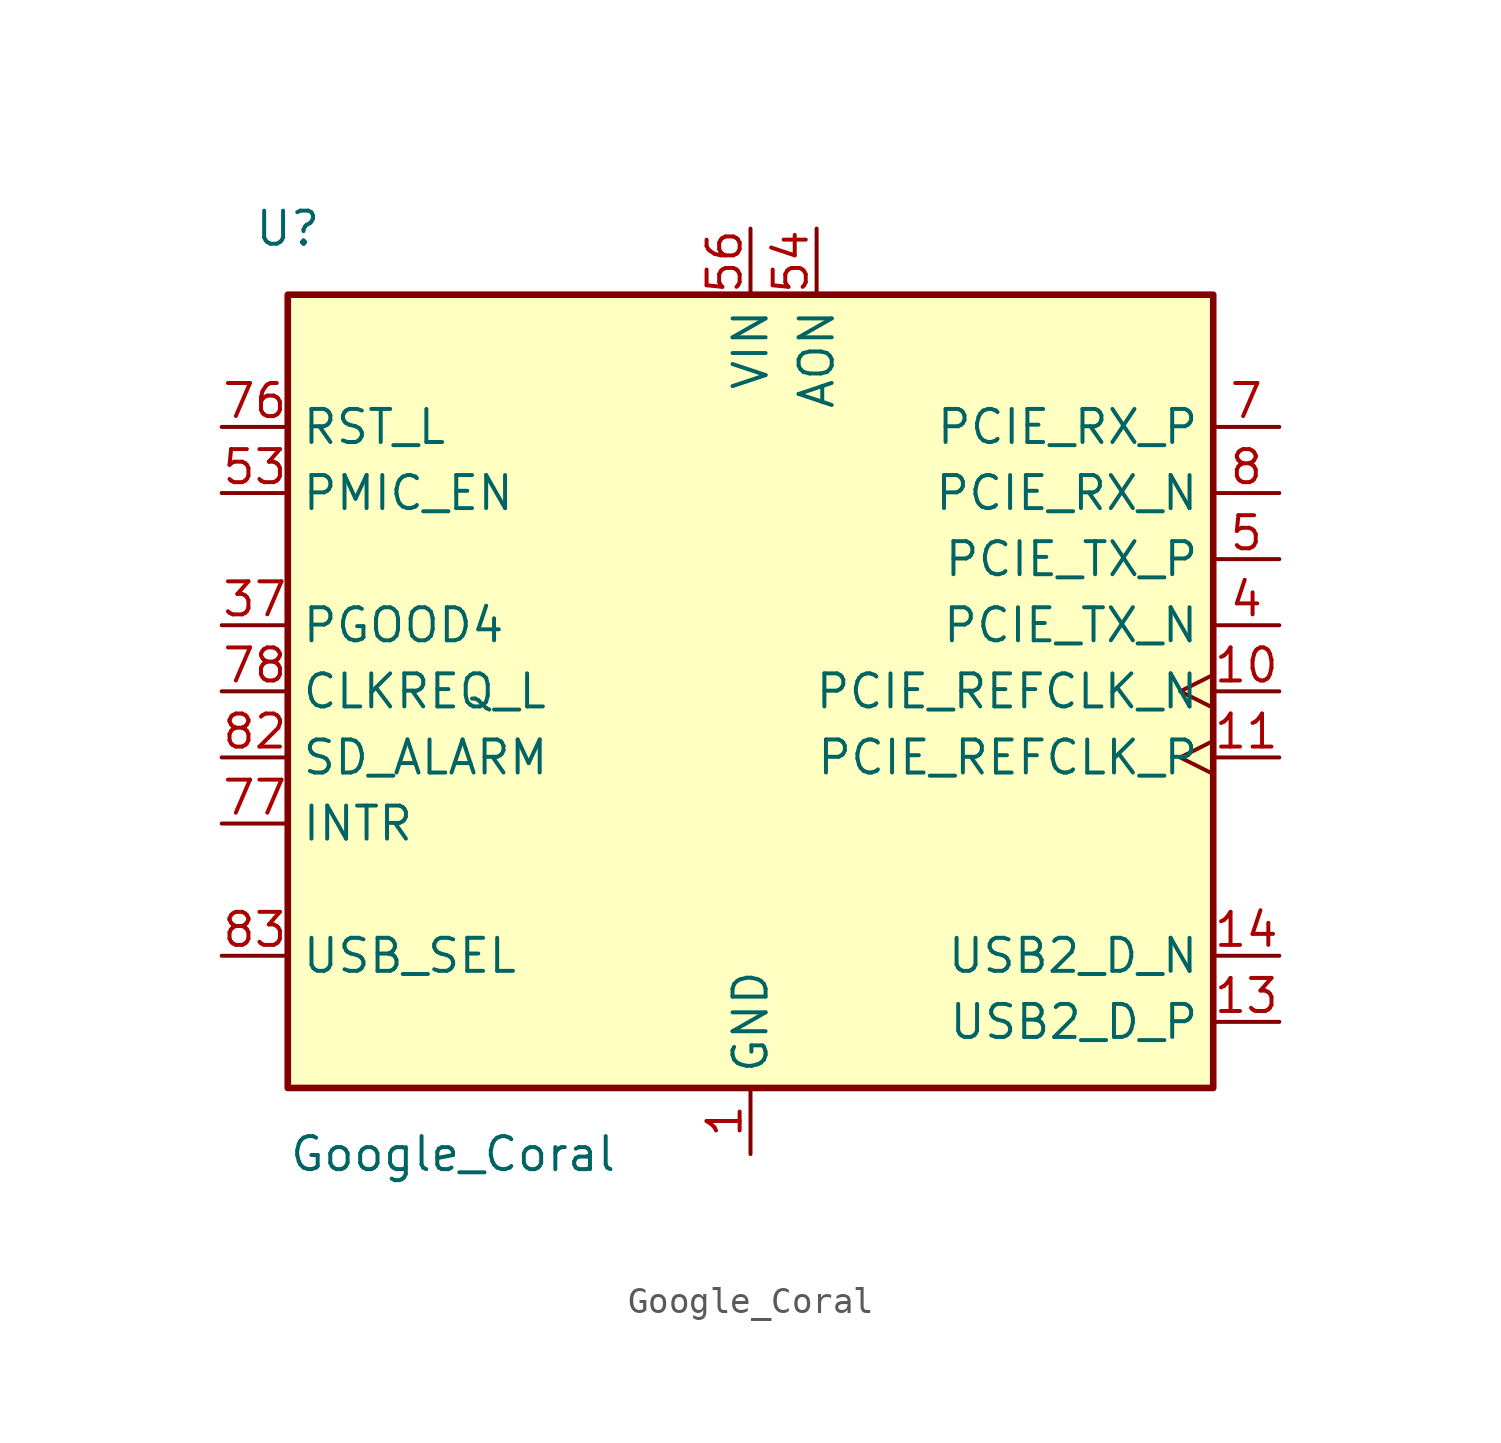
<source format=kicad_sym>
(kicad_symbol_lib
  (version 20231120)
  (generator "kicad_symbol_editor")
  (generator_version "8.0")
  (symbol "Google_Coral"
    (property "Reference" "U"
      (at -17.78 17.78 0)
      (effects (font (size 1.27 1.27))))
    (property "Value" "Google_Coral"
      (at -11.43 -17.78 0)
      (effects (font (size 1.27 1.27))))
    (symbol "Google_Coral_0_0"
      (rectangle (start -17.78 15.24) (end 17.78 -15.24) (stroke (width 0.254) (type default)) (fill (type background)))
      (pin power_in line (at 0 -17.78 90) (length 2.54) (name "GND" (effects (font (size 1.27 1.27)))) (number "1" (effects (font (size 1.27 1.27)))))
      (pin input clock (at 20.32 0 180) (length 2.54) (name "PCIE_REFCLK_N" (effects (font (size 1.27 1.27)))) (number "10" (effects (font (size 1.27 1.27)))))
      (pin input clock (at 20.32 -2.54 180) (length 2.54) (name "PCIE_REFCLK_P" (effects (font (size 1.27 1.27)))) (number "11" (effects (font (size 1.27 1.27)))))
      (pin bidirectional line (at 20.32 -12.7 180) (length 2.54) (name "USB2_D_P" (effects (font (size 1.27 1.27)))) (number "13" (effects (font (size 1.27 1.27)))))
      (pin bidirectional line (at 20.32 -10.16 180) (length 2.54) (name "USB2_D_N" (effects (font (size 1.27 1.27)))) (number "14" (effects (font (size 1.27 1.27)))))
      (pin output line (at -20.32 2.54 0) (length 2.54) (name "PGOOD4" (effects (font (size 1.27 1.27)))) (number "37" (effects (font (size 1.27 1.27)))))
      (pin input line (at -20.32 7.62 0) (length 2.54) (name "PMIC_EN" (effects (font (size 1.27 1.27)))) (number "53" (effects (font (size 1.27 1.27)))))
      (pin power_in line (at 2.54 17.78 270) (length 2.54) (name "AON" (effects (font (size 1.27 1.27)))) (number "54" (effects (font (size 1.27 1.27)))))
      (pin power_in line (at 0 17.78 270) (length 2.54) (name "VIN" (effects (font (size 1.27 1.27)))) (number "56" (effects (font (size 1.27 1.27)))))
      (pin input line (at -20.32 10.16 0) (length 2.54) (name "RST_L" (effects (font (size 1.27 1.27)))) (number "76" (effects (font (size 1.27 1.27)))))
      (pin output line (at -20.32 -5.08 0) (length 2.54) (name "INTR" (effects (font (size 1.27 1.27)))) (number "77" (effects (font (size 1.27 1.27)))))
      (pin bidirectional line (at -20.32 0 0) (length 2.54) (name "CLKREQ_L" (effects (font (size 1.27 1.27)))) (number "78" (effects (font (size 1.27 1.27)))))
      (pin output line (at -20.32 -2.54 0) (length 2.54) (name "SD_ALARM" (effects (font (size 1.27 1.27)))) (number "82" (effects (font (size 1.27 1.27)))))
      (pin input line (at -20.32 -10.16 0) (length 2.54) (name "USB_SEL" (effects (font (size 1.27 1.27)))) (number "83" (effects (font (size 1.27 1.27))))))
    (symbol "Google_Coral_1_0"
      (pin passive line (at 0 -17.78 90) (length 2.54) hide (name "GND" (effects (font (size 1.27 1.27)))) (number "100" (effects (font (size 1.27 1.27)))))
      (pin passive line (at 0 -17.78 90) (length 2.54) hide (name "GND" (effects (font (size 1.27 1.27)))) (number "101" (effects (font (size 1.27 1.27)))))
      (pin passive line (at 0 -17.78 90) (length 2.54) hide (name "GND" (effects (font (size 1.27 1.27)))) (number "102" (effects (font (size 1.27 1.27)))))
      (pin passive line (at 0 -17.78 90) (length 2.54) hide (name "GND" (effects (font (size 1.27 1.27)))) (number "103" (effects (font (size 1.27 1.27)))))
      (pin passive line (at 0 -17.78 90) (length 2.54) hide (name "GND" (effects (font (size 1.27 1.27)))) (number "104" (effects (font (size 1.27 1.27)))))
      (pin passive line (at 0 -17.78 90) (length 2.54) hide (name "GND" (effects (font (size 1.27 1.27)))) (number "105" (effects (font (size 1.27 1.27)))))
      (pin passive line (at 0 -17.78 90) (length 2.54) hide (name "GND" (effects (font (size 1.27 1.27)))) (number "106" (effects (font (size 1.27 1.27)))))
      (pin passive line (at 0 -17.78 90) (length 2.54) hide (name "GND" (effects (font (size 1.27 1.27)))) (number "107" (effects (font (size 1.27 1.27)))))
      (pin passive line (at 0 -17.78 90) (length 2.54) hide (name "GND" (effects (font (size 1.27 1.27)))) (number "108" (effects (font (size 1.27 1.27)))))
      (pin passive line (at 0 -17.78 90) (length 2.54) hide (name "GND" (effects (font (size 1.27 1.27)))) (number "109" (effects (font (size 1.27 1.27)))))
      (pin passive line (at 0 -17.78 90) (length 2.54) hide (name "GND" (effects (font (size 1.27 1.27)))) (number "110" (effects (font (size 1.27 1.27)))))
      (pin passive line (at 0 -17.78 90) (length 2.54) hide (name "GND" (effects (font (size 1.27 1.27)))) (number "111" (effects (font (size 1.27 1.27)))))
      (pin passive line (at 0 -17.78 90) (length 2.54) hide (name "GND" (effects (font (size 1.27 1.27)))) (number "112" (effects (font (size 1.27 1.27)))))
      (pin passive line (at 0 -17.78 90) (length 2.54) hide (name "GND" (effects (font (size 1.27 1.27)))) (number "113" (effects (font (size 1.27 1.27)))))
      (pin passive line (at 0 -17.78 90) (length 2.54) hide (name "GND" (effects (font (size 1.27 1.27)))) (number "114" (effects (font (size 1.27 1.27)))))
      (pin passive line (at 0 -17.78 90) (length 2.54) hide (name "GND" (effects (font (size 1.27 1.27)))) (number "115" (effects (font (size 1.27 1.27)))))
      (pin passive line (at 0 -17.78 90) (length 2.54) hide (name "GND" (effects (font (size 1.27 1.27)))) (number "116" (effects (font (size 1.27 1.27)))))
      (pin passive line (at 0 -17.78 90) (length 2.54) hide (name "GND" (effects (font (size 1.27 1.27)))) (number "117" (effects (font (size 1.27 1.27)))))
      (pin passive line (at 0 -17.78 90) (length 2.54) hide (name "GND" (effects (font (size 1.27 1.27)))) (number "118" (effects (font (size 1.27 1.27)))))
      (pin passive line (at 0 -17.78 90) (length 2.54) hide (name "GND" (effects (font (size 1.27 1.27)))) (number "119" (effects (font (size 1.27 1.27)))))
      (pin passive line (at 0 -17.78 90) (length 2.54) hide (name "GND" (effects (font (size 1.27 1.27)))) (number "12" (effects (font (size 1.27 1.27)))))
      (pin passive line (at 0 -17.78 90) (length 2.54) hide (name "GND" (effects (font (size 1.27 1.27)))) (number "120" (effects (font (size 1.27 1.27)))))
      (pin passive line (at 0 -17.78 90) (length 2.54) hide (name "GND" (effects (font (size 1.27 1.27)))) (number "15" (effects (font (size 1.27 1.27)))))
      (pin passive line (at 0 -17.78 90) (length 2.54) hide (name "GND" (effects (font (size 1.27 1.27)))) (number "16" (effects (font (size 1.27 1.27)))))
      (pin passive line (at 0 -17.78 90) (length 2.54) hide (name "GND" (effects (font (size 1.27 1.27)))) (number "17" (effects (font (size 1.27 1.27)))))
      (pin passive line (at 0 -17.78 90) (length 2.54) hide (name "GND" (effects (font (size 1.27 1.27)))) (number "18" (effects (font (size 1.27 1.27)))))
      (pin passive line (at 0 -17.78 90) (length 2.54) hide (name "GND" (effects (font (size 1.27 1.27)))) (number "19" (effects (font (size 1.27 1.27)))))
      (pin passive line (at 0 -17.78 90) (length 2.54) hide (name "GND" (effects (font (size 1.27 1.27)))) (number "2" (effects (font (size 1.27 1.27)))))
      (pin passive line (at 0 -17.78 90) (length 2.54) hide (name "GND" (effects (font (size 1.27 1.27)))) (number "20" (effects (font (size 1.27 1.27)))))
      (pin passive line (at 0 -17.78 90) (length 2.54) hide (name "GND" (effects (font (size 1.27 1.27)))) (number "21" (effects (font (size 1.27 1.27)))))
      (pin passive line (at 0 -17.78 90) (length 2.54) hide (name "GND" (effects (font (size 1.27 1.27)))) (number "22" (effects (font (size 1.27 1.27)))))
      (pin passive line (at 0 -17.78 90) (length 2.54) hide (name "GND" (effects (font (size 1.27 1.27)))) (number "23" (effects (font (size 1.27 1.27)))))
      (pin passive line (at 0 -17.78 90) (length 2.54) hide (name "GND" (effects (font (size 1.27 1.27)))) (number "24" (effects (font (size 1.27 1.27)))))
      (pin passive line (at 0 -17.78 90) (length 2.54) hide (name "GND" (effects (font (size 1.27 1.27)))) (number "25" (effects (font (size 1.27 1.27)))))
      (pin passive line (at 0 -17.78 90) (length 2.54) hide (name "GND" (effects (font (size 1.27 1.27)))) (number "26" (effects (font (size 1.27 1.27)))))
      (pin passive line (at 0 -17.78 90) (length 2.54) hide (name "GND" (effects (font (size 1.27 1.27)))) (number "27" (effects (font (size 1.27 1.27)))))
      (pin passive line (at 0 -17.78 90) (length 2.54) hide (name "GND" (effects (font (size 1.27 1.27)))) (number "28" (effects (font (size 1.27 1.27)))))
      (pin passive line (at 0 -17.78 90) (length 2.54) hide (name "GND" (effects (font (size 1.27 1.27)))) (number "29" (effects (font (size 1.27 1.27)))))
      (pin passive line (at 0 -17.78 90) (length 2.54) hide (name "GND" (effects (font (size 1.27 1.27)))) (number "3" (effects (font (size 1.27 1.27)))))
      (pin passive line (at 0 -17.78 90) (length 2.54) hide (name "GND" (effects (font (size 1.27 1.27)))) (number "30" (effects (font (size 1.27 1.27)))))
      (pin passive line (at 0 -17.78 90) (length 2.54) hide (name "GND" (effects (font (size 1.27 1.27)))) (number "31" (effects (font (size 1.27 1.27)))))
      (pin passive line (at 0 -17.78 90) (length 2.54) hide (name "GND" (effects (font (size 1.27 1.27)))) (number "32" (effects (font (size 1.27 1.27)))))
      (pin passive line (at 0 -17.78 90) (length 2.54) hide (name "GND" (effects (font (size 1.27 1.27)))) (number "33" (effects (font (size 1.27 1.27)))))
      (pin passive line (at 0 -17.78 90) (length 2.54) hide (name "GND" (effects (font (size 1.27 1.27)))) (number "34" (effects (font (size 1.27 1.27)))))
      (pin passive line (at 0 -17.78 90) (length 2.54) hide (name "GND" (effects (font (size 1.27 1.27)))) (number "35" (effects (font (size 1.27 1.27)))))
      (pin passive line (at 0 -17.78 90) (length 2.54) hide (name "GND" (effects (font (size 1.27 1.27)))) (number "36" (effects (font (size 1.27 1.27)))))
      (pin passive line (at 0 -17.78 90) (length 2.54) hide (name "GND" (effects (font (size 1.27 1.27)))) (number "38" (effects (font (size 1.27 1.27)))))
      (pin passive line (at 0 -17.78 90) (length 2.54) hide (name "GND" (effects (font (size 1.27 1.27)))) (number "39" (effects (font (size 1.27 1.27)))))
      (pin output line (at 20.32 2.54 180) (length 2.54) (name "PCIE_TX_N" (effects (font (size 1.27 1.27)))) (number "4" (effects (font (size 1.27 1.27)))))
      (pin passive line (at 0 -17.78 90) (length 2.54) hide (name "GND" (effects (font (size 1.27 1.27)))) (number "40" (effects (font (size 1.27 1.27)))))
      (pin passive line (at 0 -17.78 90) (length 2.54) hide (name "GND" (effects (font (size 1.27 1.27)))) (number "41" (effects (font (size 1.27 1.27)))))
      (pin passive line (at 0 -17.78 90) (length 2.54) hide (name "GND" (effects (font (size 1.27 1.27)))) (number "42" (effects (font (size 1.27 1.27)))))
      (pin passive line (at 0 -17.78 90) (length 2.54) hide (name "GND" (effects (font (size 1.27 1.27)))) (number "43" (effects (font (size 1.27 1.27)))))
      (pin passive line (at 0 -17.78 90) (length 2.54) hide (name "GND" (effects (font (size 1.27 1.27)))) (number "44" (effects (font (size 1.27 1.27)))))
      (pin passive line (at 0 -17.78 90) (length 2.54) hide (name "GND" (effects (font (size 1.27 1.27)))) (number "45" (effects (font (size 1.27 1.27)))))
      (pin passive line (at 0 -17.78 90) (length 2.54) hide (name "GND" (effects (font (size 1.27 1.27)))) (number "46" (effects (font (size 1.27 1.27)))))
      (pin passive line (at 0 -17.78 90) (length 2.54) hide (name "GND" (effects (font (size 1.27 1.27)))) (number "47" (effects (font (size 1.27 1.27)))))
      (pin passive line (at 0 -17.78 90) (length 2.54) hide (name "GND" (effects (font (size 1.27 1.27)))) (number "48" (effects (font (size 1.27 1.27)))))
      (pin no_connect line (at -2.54 -15.24 90) (length 2.54) hide (name "RESERVED" (effects (font (size 1.27 1.27)))) (number "49" (effects (font (size 1.27 1.27)))))
      (pin output line (at 20.32 5.08 180) (length 2.54) (name "PCIE_TX_P" (effects (font (size 1.27 1.27)))) (number "5" (effects (font (size 1.27 1.27)))))
      (pin no_connect line (at -2.54 -15.24 90) (length 2.54) hide (name "RESERVED" (effects (font (size 1.27 1.27)))) (number "50" (effects (font (size 1.27 1.27)))))
      (pin passive line (at 0 -17.78 90) (length 2.54) hide (name "GND" (effects (font (size 1.27 1.27)))) (number "51" (effects (font (size 1.27 1.27)))))
      (pin no_connect line (at -7.62 -15.24 90) (length 2.54) hide (name "RESERVED" (effects (font (size 1.27 1.27)))) (number "52" (effects (font (size 1.27 1.27)))))
      (pin passive line (at 0 -17.78 90) (length 2.54) hide (name "GND" (effects (font (size 1.27 1.27)))) (number "55" (effects (font (size 1.27 1.27)))))
      (pin passive line (at 0 17.78 270) (length 2.54) hide (name "VIN" (effects (font (size 1.27 1.27)))) (number "57" (effects (font (size 1.27 1.27)))))
      (pin passive line (at 0 17.78 270) (length 2.54) hide (name "VIN" (effects (font (size 1.27 1.27)))) (number "58" (effects (font (size 1.27 1.27)))))
      (pin passive line (at 0 17.78 270) (length 2.54) hide (name "VIN" (effects (font (size 1.27 1.27)))) (number "59" (effects (font (size 1.27 1.27)))))
      (pin passive line (at 0 -17.78 90) (length 2.54) hide (name "GND" (effects (font (size 1.27 1.27)))) (number "6" (effects (font (size 1.27 1.27)))))
      (pin passive line (at 0 17.78 270) (length 2.54) hide (name "VIN" (effects (font (size 1.27 1.27)))) (number "60" (effects (font (size 1.27 1.27)))))
      (pin passive line (at 0 17.78 270) (length 2.54) hide (name "VIN" (effects (font (size 1.27 1.27)))) (number "61" (effects (font (size 1.27 1.27)))))
      (pin passive line (at 0 17.78 270) (length 2.54) hide (name "VIN" (effects (font (size 1.27 1.27)))) (number "62" (effects (font (size 1.27 1.27)))))
      (pin passive line (at 0 17.78 270) (length 2.54) hide (name "VIN" (effects (font (size 1.27 1.27)))) (number "63" (effects (font (size 1.27 1.27)))))
      (pin passive line (at 0 17.78 270) (length 2.54) hide (name "VIN" (effects (font (size 1.27 1.27)))) (number "64" (effects (font (size 1.27 1.27)))))
      (pin passive line (at 0 17.78 270) (length 2.54) hide (name "VIN" (effects (font (size 1.27 1.27)))) (number "65" (effects (font (size 1.27 1.27)))))
      (pin passive line (at 0 17.78 270) (length 2.54) hide (name "VIN" (effects (font (size 1.27 1.27)))) (number "66" (effects (font (size 1.27 1.27)))))
      (pin passive line (at 0 17.78 270) (length 2.54) hide (name "VIN" (effects (font (size 1.27 1.27)))) (number "67" (effects (font (size 1.27 1.27)))))
      (pin passive line (at 0 -17.78 90) (length 2.54) hide (name "GND" (effects (font (size 1.27 1.27)))) (number "68" (effects (font (size 1.27 1.27)))))
      (pin passive line (at 0 -17.78 90) (length 2.54) hide (name "GND" (effects (font (size 1.27 1.27)))) (number "69" (effects (font (size 1.27 1.27)))))
      (pin input line (at 20.32 10.16 180) (length 2.54) (name "PCIE_RX_P" (effects (font (size 1.27 1.27)))) (number "7" (effects (font (size 1.27 1.27)))))
      (pin passive line (at 0 -17.78 90) (length 2.54) hide (name "GND" (effects (font (size 1.27 1.27)))) (number "70" (effects (font (size 1.27 1.27)))))
      (pin passive line (at 0 -17.78 90) (length 2.54) hide (name "GND" (effects (font (size 1.27 1.27)))) (number "71" (effects (font (size 1.27 1.27)))))
      (pin passive line (at 0 -17.78 90) (length 2.54) hide (name "GND" (effects (font (size 1.27 1.27)))) (number "72" (effects (font (size 1.27 1.27)))))
      (pin passive line (at 0 -17.78 90) (length 2.54) hide (name "GND" (effects (font (size 1.27 1.27)))) (number "73" (effects (font (size 1.27 1.27)))))
      (pin passive line (at 0 -17.78 90) (length 2.54) hide (name "GND" (effects (font (size 1.27 1.27)))) (number "74" (effects (font (size 1.27 1.27)))))
      (pin passive line (at 0 -17.78 90) (length 2.54) hide (name "GND" (effects (font (size 1.27 1.27)))) (number "75" (effects (font (size 1.27 1.27)))))
      (pin passive line (at 0 -17.78 90) (length 2.54) hide (name "GND" (effects (font (size 1.27 1.27)))) (number "79" (effects (font (size 1.27 1.27)))))
      (pin input line (at 20.32 7.62 180) (length 2.54) (name "PCIE_RX_N" (effects (font (size 1.27 1.27)))) (number "8" (effects (font (size 1.27 1.27)))))
      (pin passive line (at 0 -17.78 90) (length 2.54) hide (name "GND" (effects (font (size 1.27 1.27)))) (number "80" (effects (font (size 1.27 1.27)))))
      (pin passive line (at 0 -17.78 90) (length 2.54) hide (name "GND" (effects (font (size 1.27 1.27)))) (number "81" (effects (font (size 1.27 1.27)))))
      (pin no_connect line (at 2.54 -15.24 90) (length 2.54) hide (name "RESERVED" (effects (font (size 1.27 1.27)))) (number "84" (effects (font (size 1.27 1.27)))))
      (pin no_connect line (at 2.54 -15.24 90) (length 2.54) hide (name "RESERVED" (effects (font (size 1.27 1.27)))) (number "85" (effects (font (size 1.27 1.27)))))
      (pin passive line (at 0 -17.78 90) (length 2.54) hide (name "GND" (effects (font (size 1.27 1.27)))) (number "86" (effects (font (size 1.27 1.27)))))
      (pin passive line (at 0 -17.78 90) (length 2.54) hide (name "GND" (effects (font (size 1.27 1.27)))) (number "87" (effects (font (size 1.27 1.27)))))
      (pin passive line (at 0 -17.78 90) (length 2.54) hide (name "GND" (effects (font (size 1.27 1.27)))) (number "88" (effects (font (size 1.27 1.27)))))
      (pin passive line (at 0 -17.78 90) (length 2.54) hide (name "GND" (effects (font (size 1.27 1.27)))) (number "89" (effects (font (size 1.27 1.27)))))
      (pin passive line (at 0 -17.78 90) (length 2.54) hide (name "GND" (effects (font (size 1.27 1.27)))) (number "9" (effects (font (size 1.27 1.27)))))
      (pin passive line (at 0 -17.78 90) (length 2.54) hide (name "GND" (effects (font (size 1.27 1.27)))) (number "90" (effects (font (size 1.27 1.27)))))
      (pin passive line (at 0 -17.78 90) (length 2.54) hide (name "GND" (effects (font (size 1.27 1.27)))) (number "91" (effects (font (size 1.27 1.27)))))
      (pin passive line (at 0 -17.78 90) (length 2.54) hide (name "GND" (effects (font (size 1.27 1.27)))) (number "92" (effects (font (size 1.27 1.27)))))
      (pin passive line (at 0 -17.78 90) (length 2.54) hide (name "GND" (effects (font (size 1.27 1.27)))) (number "93" (effects (font (size 1.27 1.27)))))
      (pin passive line (at 0 -17.78 90) (length 2.54) hide (name "GND" (effects (font (size 1.27 1.27)))) (number "94" (effects (font (size 1.27 1.27)))))
      (pin passive line (at 0 -17.78 90) (length 2.54) hide (name "GND" (effects (font (size 1.27 1.27)))) (number "95" (effects (font (size 1.27 1.27)))))
      (pin passive line (at 0 -17.78 90) (length 2.54) hide (name "GND" (effects (font (size 1.27 1.27)))) (number "96" (effects (font (size 1.27 1.27)))))
      (pin passive line (at 0 -17.78 90) (length 2.54) hide (name "GND" (effects (font (size 1.27 1.27)))) (number "97" (effects (font (size 1.27 1.27)))))
      (pin passive line (at 0 -17.78 90) (length 2.54) hide (name "GND" (effects (font (size 1.27 1.27)))) (number "98" (effects (font (size 1.27 1.27)))))
      (pin passive line (at 0 -17.78 90) (length 2.54) hide (name "GND" (effects (font (size 1.27 1.27)))) (number "99" (effects (font (size 1.27 1.27))))))))
</source>
